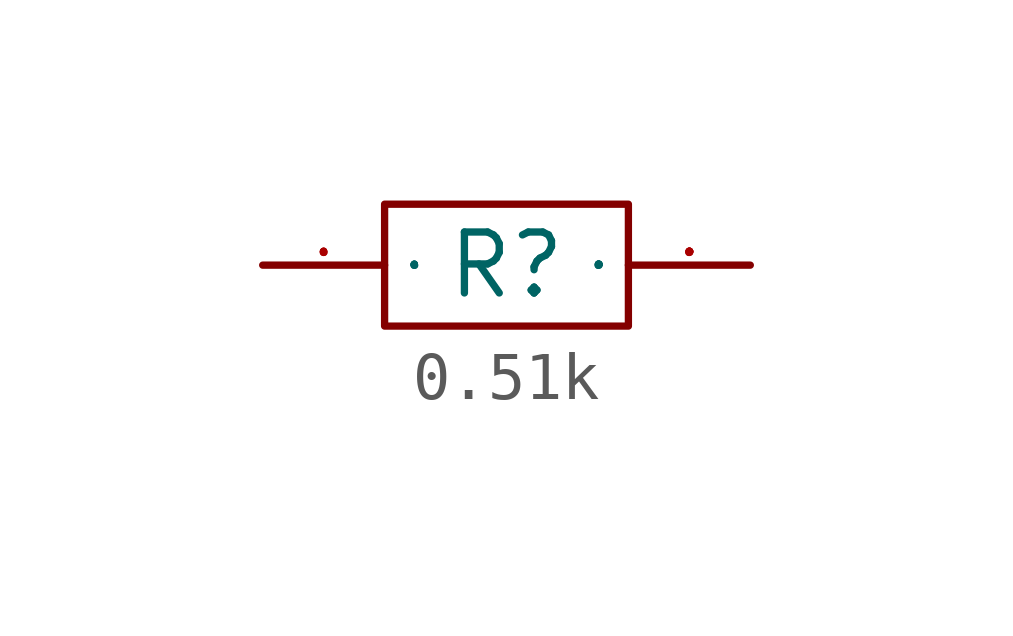
<source format=kicad_sym>
(kicad_symbol_lib
  (version 20231120)
  (generator "kicad_symbol_editor")
  (generator_version "8.0")
  (symbol "0.51k"
    (property "Reference" "R"
      (at 0 0 0)
      (effects (font (size 1.27 1.27))))
    (property "Value" ""
      (at 0 0 0)
      (effects (font (size 1.27 1.27))))
    (symbol "0.51k_1_0"
      (rectangle (start -2.54 -1.27) (end 2.54 1.27) (stroke (width 0) (type default)) (fill (type none)))
      (pin unspecified line (at -5.08 0 0) (length 2.54) (name "1" (effects (font (size 0.025 0.025)))) (number "1" (effects (font (size 0.025 0.025)))))
      (pin unspecified line (at 5.08 0 180) (length 2.54) (name "2" (effects (font (size 0.025 0.025)))) (number "2" (effects (font (size 0.025 0.025))))))))
</source>
